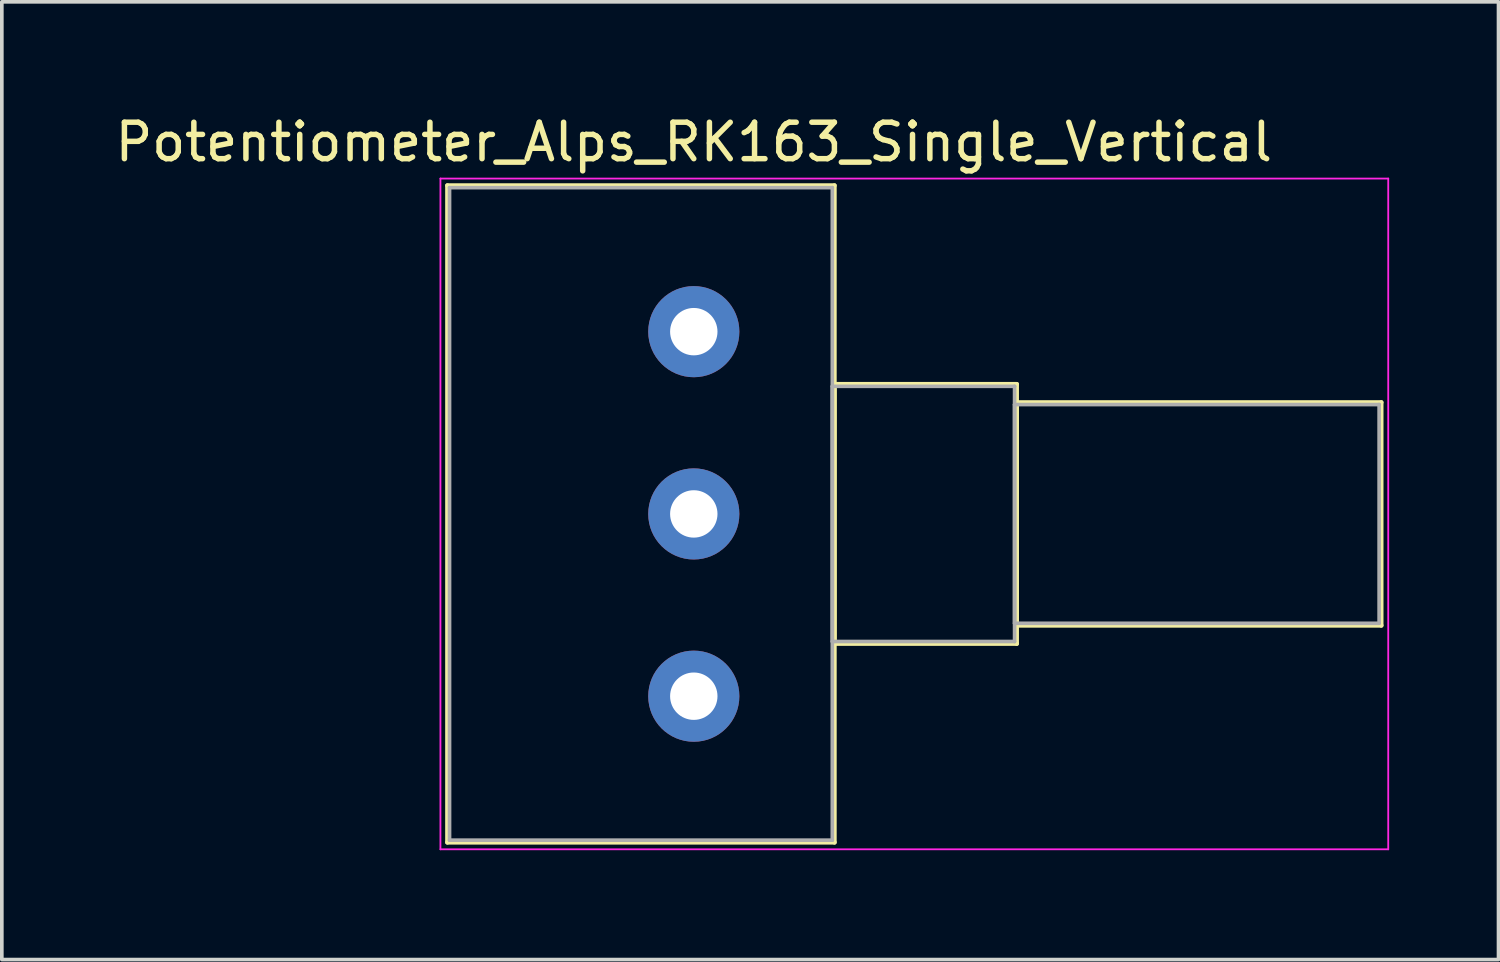
<source format=kicad_pcb>
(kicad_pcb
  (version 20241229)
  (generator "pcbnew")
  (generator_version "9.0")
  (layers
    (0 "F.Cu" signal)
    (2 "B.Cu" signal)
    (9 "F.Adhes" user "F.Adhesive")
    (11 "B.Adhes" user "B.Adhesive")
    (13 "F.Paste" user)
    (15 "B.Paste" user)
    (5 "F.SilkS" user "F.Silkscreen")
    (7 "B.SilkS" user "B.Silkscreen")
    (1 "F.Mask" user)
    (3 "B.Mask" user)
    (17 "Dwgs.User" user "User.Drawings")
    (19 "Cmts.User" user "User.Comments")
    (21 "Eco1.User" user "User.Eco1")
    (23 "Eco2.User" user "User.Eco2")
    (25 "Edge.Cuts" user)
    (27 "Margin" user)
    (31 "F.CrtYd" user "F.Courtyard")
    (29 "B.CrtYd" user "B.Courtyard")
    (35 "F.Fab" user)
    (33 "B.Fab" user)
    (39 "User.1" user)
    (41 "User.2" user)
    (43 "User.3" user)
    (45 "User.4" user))
  (footprint "Potentiometer_Alps_RK163_Single_Vertical"
    (layer "F.Cu")
    (at 15.982 16.048)
    (property "Reference" "Potentiometer_Alps_RK163_Single_Vertical" (at 0 -15.2 0) (layer "F.SilkS") (effects (font (size 1 1) (thickness 0.15))))
    (attr through_hole)
    (fp_line (start -6.76 -14.01) (end -6.76 4.011) (stroke (width 0.12) (type solid)) (layer "F.SilkS"))
    (fp_line (start -6.76 -14.01) (end 3.86 -14.01) (stroke (width 0.12) (type solid)) (layer "F.SilkS"))
    (fp_line (start -6.76 4.011) (end 3.86 4.011) (stroke (width 0.12) (type solid)) (layer "F.SilkS"))
    (fp_line (start 3.86 -14.01) (end 3.86 4.011) (stroke (width 0.12) (type solid)) (layer "F.SilkS"))
    (fp_line (start 3.86 -8.56) (end 3.86 -1.44) (stroke (width 0.12) (type solid)) (layer "F.SilkS"))
    (fp_line (start 3.86 -8.56) (end 8.86 -8.56) (stroke (width 0.12) (type solid)) (layer "F.SilkS"))
    (fp_line (start 3.86 -1.44) (end 8.86 -1.44) (stroke (width 0.12) (type solid)) (layer "F.SilkS"))
    (fp_line (start 8.86 -8.56) (end 8.86 -1.44) (stroke (width 0.12) (type solid)) (layer "F.SilkS"))
    (fp_line (start 8.86 -8.06) (end 8.86 -1.94) (stroke (width 0.12) (type solid)) (layer "F.SilkS"))
    (fp_line (start 8.86 -8.06) (end 18.86 -8.06) (stroke (width 0.12) (type solid)) (layer "F.SilkS"))
    (fp_line (start 8.86 -1.94) (end 18.86 -1.94) (stroke (width 0.12) (type solid)) (layer "F.SilkS"))
    (fp_line (start 18.86 -8.06) (end 18.86 -1.94) (stroke (width 0.12) (type solid)) (layer "F.SilkS"))
    (fp_line (start -6.95 -14.2) (end -6.95 4.2) (stroke (width 0.05) (type solid)) (layer "F.CrtYd"))
    (fp_line (start -6.95 4.2) (end 19.05 4.2) (stroke (width 0.05) (type solid)) (layer "F.CrtYd"))
    (fp_line (start 19.05 -14.2) (end -6.95 -14.2) (stroke (width 0.05) (type solid)) (layer "F.CrtYd"))
    (fp_line (start 19.05 4.2) (end 19.05 -14.2) (stroke (width 0.05) (type solid)) (layer "F.CrtYd"))
    (fp_line (start -6.7 -13.95) (end -6.7 3.95) (stroke (width 0.1) (type solid)) (layer "F.Fab"))
    (fp_line (start -6.7 3.95) (end 3.8 3.95) (stroke (width 0.1) (type solid)) (layer "F.Fab"))
    (fp_line (start 3.8 -13.95) (end -6.7 -13.95) (stroke (width 0.1) (type solid)) (layer "F.Fab"))
    (fp_line (start 3.8 -8.5) (end 3.8 -1.5) (stroke (width 0.1) (type solid)) (layer "F.Fab"))
    (fp_line (start 3.8 -1.5) (end 8.8 -1.5) (stroke (width 0.1) (type solid)) (layer "F.Fab"))
    (fp_line (start 3.8 3.95) (end 3.8 -13.95) (stroke (width 0.1) (type solid)) (layer "F.Fab"))
    (fp_line (start 8.8 -8.5) (end 3.8 -8.5) (stroke (width 0.1) (type solid)) (layer "F.Fab"))
    (fp_line (start 8.8 -8) (end 8.8 -2) (stroke (width 0.1) (type solid)) (layer "F.Fab"))
    (fp_line (start 8.8 -2) (end 18.8 -2) (stroke (width 0.1) (type solid)) (layer "F.Fab"))
    (fp_line (start 8.8 -1.5) (end 8.8 -8.5) (stroke (width 0.1) (type solid)) (layer "F.Fab"))
    (fp_line (start 18.8 -8) (end 8.8 -8) (stroke (width 0.1) (type solid)) (layer "F.Fab"))
    (fp_line (start 18.8 -2) (end 18.8 -8) (stroke (width 0.1) (type solid)) (layer "F.Fab"))
    (pad "1" thru_hole circle (at 0 0) (size 2.5 2.5) (drill 1.3) (layers "*.Mask" "B.Cu"))
    (pad "2" thru_hole circle (at 0 -5) (size 2.5 2.5) (drill 1.3) (layers "*.Mask" "B.Cu"))
    (pad "3" thru_hole circle (at 0 -10) (size 2.5 2.5) (drill 1.3) (layers "*.Mask" "B.Cu")))
  (gr_rect
    (start -3 -3)
    (end 38.057 23.273)
    (stroke (width 0.1) (type default))
    (fill no)
    (layer "Edge.Cuts")))
</source>
